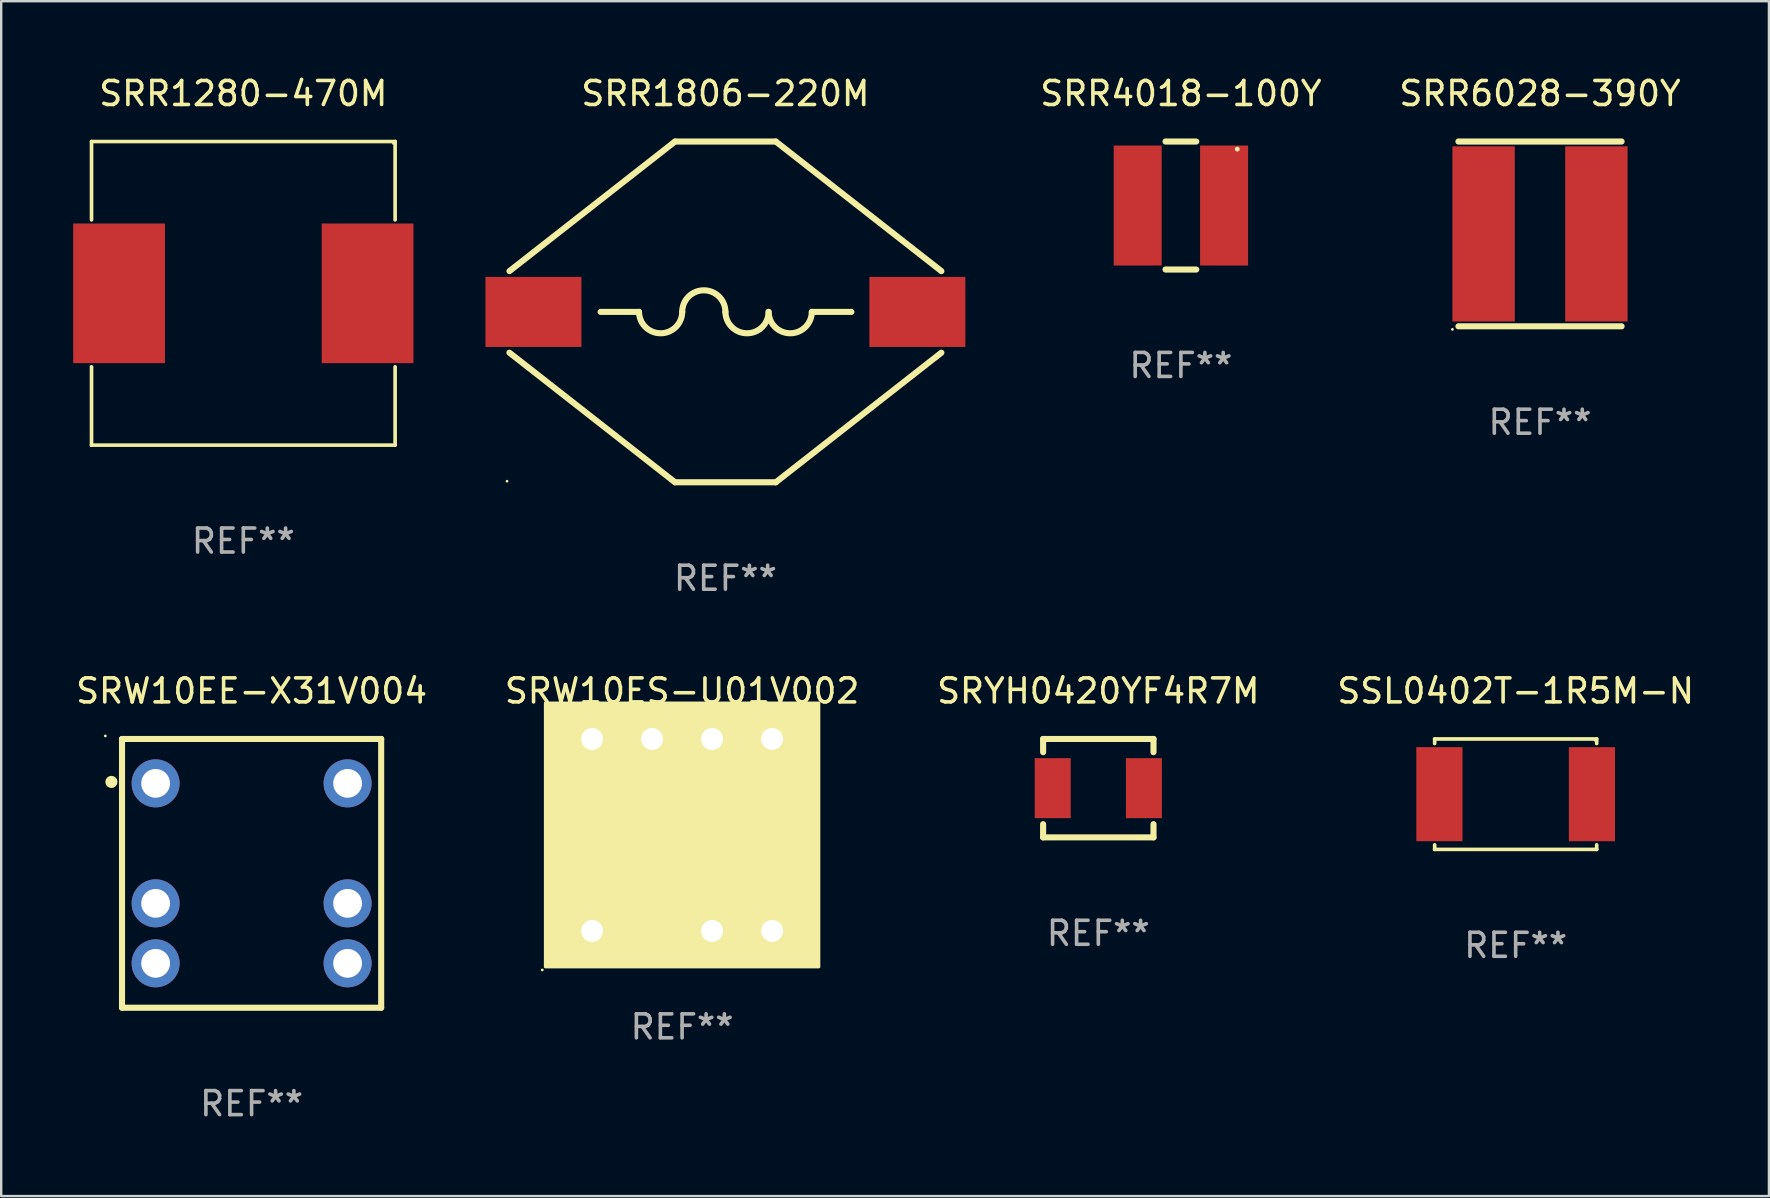
<source format=kicad_pcb>
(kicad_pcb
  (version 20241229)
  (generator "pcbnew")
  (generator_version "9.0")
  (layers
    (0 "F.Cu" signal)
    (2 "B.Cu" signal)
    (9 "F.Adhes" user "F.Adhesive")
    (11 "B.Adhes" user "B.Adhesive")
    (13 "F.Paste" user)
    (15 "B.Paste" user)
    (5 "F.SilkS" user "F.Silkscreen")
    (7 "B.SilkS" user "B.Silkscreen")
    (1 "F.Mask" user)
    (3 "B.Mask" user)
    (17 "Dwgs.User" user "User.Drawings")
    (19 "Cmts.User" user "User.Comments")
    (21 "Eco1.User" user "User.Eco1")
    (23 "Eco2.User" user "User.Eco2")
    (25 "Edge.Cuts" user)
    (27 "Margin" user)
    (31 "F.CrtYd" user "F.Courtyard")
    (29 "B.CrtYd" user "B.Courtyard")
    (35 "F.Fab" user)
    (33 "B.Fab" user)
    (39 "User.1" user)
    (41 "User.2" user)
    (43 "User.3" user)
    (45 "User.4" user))
  (footprint "SRR4018-100Y"
    (layer "F.Cu")
    (at 46.162 5.515)
    (property "Reference" "SRR4018-100Y" (at 0 -4.667 0) (layer "F.SilkS") (effects (font (size 1 1) (thickness 0.15))))
    (attr through_hole)
    (fp_line (start -0.641 -2.667) (end 0.641 -2.667) (stroke (width 0.254) (type solid)) (layer "F.SilkS"))
    (fp_line (start -0.641 2.667) (end 0.641 2.667) (stroke (width 0.254) (type solid)) (layer "F.SilkS"))
    (fp_circle (center 2.35 -2.35) (end 2.4 -2.35) (stroke (width 0.1) (type solid)) (fill no) (layer "F.SilkS"))
    (fp_text user "REF**" (at 0 6.667 0) (layer "F.Fab") (effects (font (size 1 1) (thickness 0.15))))
    (pad "1" smd rect (at 1.8 0) (size 2 5) (layers "F.Cu" "F.Mask" "F.Paste"))
    (pad "2" smd rect (at -1.8 0 180) (size 2 5) (layers "F.Cu" "F.Mask" "F.Paste")))
  (footprint "SRR1806-220M"
    (layer "F.Cu")
    (at 27.18 9.948)
    (property "Reference" "SRR1806-220M" (at 0 -9.1 0) (layer "F.SilkS") (effects (font (size 1 1) (thickness 0.15))))
    (attr through_hole)
    (fp_line (start -9 1.7) (end -2.1 7.1) (stroke (width 0.254) (type solid)) (layer "F.SilkS"))
    (fp_line (start -3.6 0.000191) (end -5.2 0.000191) (stroke (width 0.254) (type solid)) (layer "F.SilkS"))
    (fp_line (start -2.1 7.1) (end 2.1 7.1) (stroke (width 0.254) (type solid)) (layer "F.SilkS"))
    (fp_line (start -2.1 -7.1) (end -9 -1.7) (stroke (width 0.254) (type solid)) (layer "F.SilkS"))
    (fp_line (start -2.1 -7.1) (end 2.1 -7.1) (stroke (width 0.254) (type solid)) (layer "F.SilkS"))
    (fp_line (start 2.1 7.1) (end 9 1.7) (stroke (width 0.254) (type solid)) (layer "F.SilkS"))
    (fp_line (start 3.601 0.000343) (end 5.25 0.000343) (stroke (width 0.254) (type solid)) (layer "F.SilkS"))
    (fp_line (start 9 -1.7) (end 2.1 -7.1) (stroke (width 0.254) (type solid)) (layer "F.SilkS"))
    (fp_arc (start -1.799936 0.000064) (mid -0.899936 -0.899936) (end 0.000064 0.000064) (stroke (width 0.254001) (type solid)) (layer "F.SilkS"))
    (fp_arc (start -1.79953 0.000191) (mid -2.699581 0.900191) (end -3.599632 0.000191) (stroke (width 0.254001) (type solid)) (layer "F.SilkS"))
    (fp_arc (start 1.800445 0.000267) (mid 0.900394 0.900267) (end 0.000343 0.000267) (stroke (width 0.254001) (type solid)) (layer "F.SilkS"))
    (fp_arc (start 3.601003 0.000343) (mid 2.700953 0.900342) (end 1.800903 0.000343) (stroke (width 0.254001) (type solid)) (layer "F.SilkS"))
    (fp_circle (center -9.1 7.055) (end -9.07 7.055) (stroke (width 0.06) (type solid)) (fill no) (layer "F.SilkS"))
    (fp_text user "REF**" (at 0 11.1 0) (layer "F.Fab") (effects (font (size 1 1) (thickness 0.15))))
    (pad "1" smd rect (at -8 0.000064) (size 4 2.92) (layers "F.Cu" "F.Mask" "F.Paste"))
    (pad "2" smd rect (at 8 0.000064) (size 4 2.92) (layers "F.Cu" "F.Mask" "F.Paste")))
  (footprint "SRR1280-470M"
    (layer "F.Cu")
    (at 7.09 9.174)
    (property "Reference" "SRR1280-470M" (at 0 -8.326 0) (layer "F.SilkS") (effects (font (size 1 1) (thickness 0.15))))
    (attr through_hole)
    (fp_line (start -6.326 -6.326) (end 6.326 -6.326) (stroke (width 0.152) (type solid)) (layer "F.SilkS"))
    (fp_line (start -6.326 -3.062) (end -6.326 -6.326) (stroke (width 0.152) (type solid)) (layer "F.SilkS"))
    (fp_line (start -6.326 3.062) (end -6.326 6.326) (stroke (width 0.152) (type solid)) (layer "F.SilkS"))
    (fp_line (start -6.326 6.326) (end 6.326 6.326) (stroke (width 0.152) (type solid)) (layer "F.SilkS"))
    (fp_line (start 6.326 -6.326) (end 6.326 -3.062) (stroke (width 0.152) (type solid)) (layer "F.SilkS"))
    (fp_line (start 6.326 6.326) (end 6.326 3.062) (stroke (width 0.152) (type solid)) (layer "F.SilkS"))
    (fp_circle (center 6.25 -6.25) (end 6.28 -6.25) (stroke (width 0.06) (type solid)) (fill no) (layer "F.SilkS"))
    (fp_text user "REF**" (at 0 10.326 0) (layer "F.Fab") (effects (font (size 1 1) (thickness 0.15))))
    (pad "1" smd rect (at 5.178 0) (size 3.824 5.82) (layers "F.Cu" "F.Mask" "F.Paste"))
    (pad "2" smd rect (at -5.178 0) (size 3.824 5.82) (layers "F.Cu" "F.Mask" "F.Paste")))
  (footprint "SRYH0420YF4R7M"
    (layer "F.Cu")
    (at 42.72 29.795)
    (property "Reference" "SRYH0420YF4R7M" (at 0 -4.05 0) (layer "F.SilkS") (effects (font (size 1 1) (thickness 0.15))))
    (attr through_hole)
    (fp_line (start -2.3 -2.05) (end 2.3 -2.05) (stroke (width 0.254) (type solid)) (layer "F.SilkS"))
    (fp_line (start -2.3 -1.5) (end -2.3 -2.05) (stroke (width 0.254) (type solid)) (layer "F.SilkS"))
    (fp_line (start -2.3 2.05) (end -2.3 1.5) (stroke (width 0.254) (type solid)) (layer "F.SilkS"))
    (fp_line (start 2.3 2.05) (end 2.3 1.5) (stroke (width 0.254) (type solid)) (layer "F.SilkS"))
    (fp_line (start 2.3 -1.5) (end 2.3 -2.049) (stroke (width 0.254) (type solid)) (layer "F.SilkS"))
    (fp_line (start 2.3 2.05) (end -2.3 2.05) (stroke (width 0.254) (type solid)) (layer "F.SilkS"))
    (fp_circle (center -2.3 2.05) (end -2.27 2.05) (stroke (width 0.06) (type solid)) (fill no) (layer "F.SilkS"))
    (fp_text user "REF**" (at 0 6.05 0) (layer "F.Fab") (effects (font (size 1 1) (thickness 0.15))))
    (pad "1" smd rect (at -1.9 0 90) (size 2.5 1.5) (layers "F.Cu" "F.Mask" "F.Paste"))
    (pad "2" smd rect (at 1.9 0 90) (size 2.5 1.5) (layers "F.Cu" "F.Mask" "F.Paste")))
  (footprint "SRW10ES-U01V002"
    (layer "F.Cu")
    (at 25.375 31.745)
    (property "Reference" "SRW10ES-U01V002" (at 0 -6 0) (layer "F.SilkS") (effects (font (size 1 1) (thickness 0.15))))
    (attr through_hole)
    (fp_arc (start -4.981991 2.674396) (mid -3.73199 1.424409) (end -2.481991 2.674397) (stroke (width 0.254001) (type solid)) (layer "F.SilkS"))
    (fp_arc (start -4.955017 -2.527762) (mid -3.705017 -2.822846) (end -2.455018 -2.527762) (stroke (width 0.254001) (type solid)) (layer "F.SilkS"))
    (fp_arc (start -2.477038 2.66703) (mid -1.227037 1.417043) (end 0.022962 2.667031) (stroke (width 0.254001) (type solid)) (layer "F.SilkS"))
    (fp_arc (start -2.475006 -2.533401) (mid -1.225006 -2.828485) (end 0.024994 -2.533401) (stroke (width 0.254001) (type solid)) (layer "F.SilkS"))
    (fp_arc (start 0.022962 2.66703) (mid 1.272963 1.417043) (end 2.522962 2.667031) (stroke (width 0.254001) (type solid)) (layer "F.SilkS"))
    (fp_arc (start 0.024994 -2.533401) (mid 1.274994 -2.828485) (end 2.524994 -2.533401) (stroke (width 0.254001) (type solid)) (layer "F.SilkS"))
    (fp_arc (start 2.502972 2.661393) (mid 3.752972 1.411405) (end 5.002972 2.661392) (stroke (width 0.254001) (type solid)) (layer "F.SilkS"))
    (fp_arc (start 2.529947 -2.540767) (mid 3.779947 -2.835851) (end 5.029947 -2.540767) (stroke (width 0.254001) (type solid)) (layer "F.SilkS"))
    (fp_circle (center -5.827 5.627) (end -5.797 5.627) (stroke (width 0.06) (type solid)) (fill no) (layer "F.SilkS"))
    (fp_poly (pts (xy -5.7 -5.5) (xy 5.7 -5.5) (xy 5.7 5.5) (xy -5.7 5.5)) (stroke (width 0.12) (type solid)) (fill yes) (layer "F.SilkS"))
    (fp_text user "REF**" (at 0 8 0) (layer "F.Fab") (effects (font (size 1 1) (thickness 0.15))))
    (pad "1" thru_hole rect (at -3.75 4) (size 1.524 1.524) (drill 0.914) (layers "*.Cu" "*.Mask"))
    (pad "3" thru_hole circle (at 1.25 4) (size 1.524 1.524) (drill 0.914) (layers "*.Cu" "*.Mask"))
    (pad "4" thru_hole circle (at 3.75 4) (size 1.524 1.524) (drill 0.914) (layers "*.Cu" "*.Mask"))
    (pad "5" thru_hole circle (at 3.75 -4) (size 1.524 1.524) (drill 0.914) (layers "*.Cu" "*.Mask"))
    (pad "6" thru_hole circle (at 1.25 -4) (size 1.524 1.524) (drill 0.914) (layers "*.Cu" "*.Mask"))
    (pad "7" thru_hole circle (at -1.25 -4) (size 1.524 1.524) (drill 0.914) (layers "*.Cu" "*.Mask"))
    (pad "8" thru_hole circle (at -3.75 -4) (size 1.524 1.524) (drill 0.914) (layers "*.Cu" "*.Mask")))
  (footprint "SRR6028-390Y"
    (layer "F.Cu")
    (at 61.127 6.698)
    (property "Reference" "SRR6028-390Y" (at 0 -5.85 0) (layer "F.SilkS") (effects (font (size 1 1) (thickness 0.15))))
    (attr through_hole)
    (fp_line (start -3.4 -3.85) (end 3.4 -3.85) (stroke (width 0.254) (type solid)) (layer "F.SilkS"))
    (fp_line (start -3.4 3.85) (end 3.4 3.85) (stroke (width 0.254) (type solid)) (layer "F.SilkS"))
    (fp_circle (center -3.65 3.977) (end -3.62 3.977) (stroke (width 0.06) (type solid)) (fill no) (layer "F.SilkS"))
    (fp_text user "REF**" (at 0 7.85 0) (layer "F.Fab") (effects (font (size 1 1) (thickness 0.15))))
    (pad "1" smd rect (at -2.35 0 90) (size 7.3 2.6) (layers "F.Cu" "F.Mask" "F.Paste"))
    (pad "2" smd rect (at 2.35 0 90) (size 7.3 2.6) (layers "F.Cu" "F.Mask" "F.Paste")))
  (footprint "SRW10EE-X31V004"
    (layer "F.Cu")
    (at 7.435 33.345)
    (property "Reference" "SRW10EE-X31V004" (at 0 -7.6 0) (layer "F.SilkS") (effects (font (size 1 1) (thickness 0.15))))
    (attr through_hole)
    (fp_line (start -5.4 -5.6) (end -5.4 5.6) (stroke (width 0.254) (type solid)) (layer "F.SilkS"))
    (fp_line (start -5.4 -5.6) (end 5.4 -5.6) (stroke (width 0.254) (type solid)) (layer "F.SilkS"))
    (fp_line (start -5.4 5.6) (end 5.4 5.6) (stroke (width 0.254) (type solid)) (layer "F.SilkS"))
    (fp_line (start 5.4 -5.6) (end 5.4 5.6) (stroke (width 0.254) (type solid)) (layer "F.SilkS"))
    (fp_circle (center -6.096 -5.727) (end -6.066 -5.727) (stroke (width 0.06) (type solid)) (fill no) (layer "F.SilkS"))
    (fp_circle (center -5.842 -3.81) (end -5.715 -3.81) (stroke (width 0.254) (type solid)) (fill no) (layer "F.SilkS"))
    (fp_text user "REF**" (at 0 9.6 0) (layer "F.Fab") (effects (font (size 1 1) (thickness 0.15))))
    (pad "1" thru_hole circle (at -4 -3.75) (size 2 2) (drill 1.2) (layers "*.Cu" "*.Mask"))
    (pad "3" thru_hole circle (at -4 1.25) (size 2 2) (drill 1.2) (layers "*.Cu" "*.Mask"))
    (pad "4" thru_hole circle (at -4 3.75) (size 2 2) (drill 1.2) (layers "*.Cu" "*.Mask"))
    (pad "5" thru_hole circle (at 4 3.75) (size 2 2) (drill 1.2) (layers "*.Cu" "*.Mask"))
    (pad "6" thru_hole circle (at 4 1.25) (size 2 2) (drill 1.2) (layers "*.Cu" "*.Mask"))
    (pad "8" thru_hole circle (at 4 -3.75) (size 2 2) (drill 1.2) (layers "*.Cu" "*.Mask")))
  (footprint "SSL0402T-1R5M-N"
    (layer "F.Cu")
    (at 60.113 30.046)
    (property "Reference" "SSL0402T-1R5M-N" (at 0 -4.301 0) (layer "F.SilkS") (effects (font (size 1 1) (thickness 0.15))))
    (attr through_hole)
    (fp_line (start -3.376 -2.301) (end 3.376 -2.301) (stroke (width 0.152) (type solid)) (layer "F.SilkS"))
    (fp_line (start -3.376 -2.112) (end -3.376 -2.301) (stroke (width 0.152) (type solid)) (layer "F.SilkS"))
    (fp_line (start -3.376 2.112) (end -3.376 2.301) (stroke (width 0.152) (type solid)) (layer "F.SilkS"))
    (fp_line (start -3.376 2.301) (end 3.376 2.301) (stroke (width 0.152) (type solid)) (layer "F.SilkS"))
    (fp_line (start 3.376 -2.301) (end 3.376 -2.112) (stroke (width 0.152) (type solid)) (layer "F.SilkS"))
    (fp_line (start 3.376 2.301) (end 3.376 2.112) (stroke (width 0.152) (type solid)) (layer "F.SilkS"))
    (fp_circle (center 3.31 -2.25) (end 3.34 -2.25) (stroke (width 0.06) (type solid)) (fill no) (layer "F.SilkS"))
    (fp_text user "REF**" (at 0 6.301 0) (layer "F.Fab") (effects (font (size 1 1) (thickness 0.15))))
    (pad "1" smd rect (at 3.178 0) (size 1.924 3.92) (layers "F.Cu" "F.Mask" "F.Paste"))
    (pad "2" smd rect (at -3.178 0) (size 1.924 3.92) (layers "F.Cu" "F.Mask" "F.Paste")))
  (gr_rect
    (start -3 -3)
    (end 70.667 46.793)
    (stroke (width 0.1) (type default))
    (fill no)
    (layer "Edge.Cuts")))
</source>
